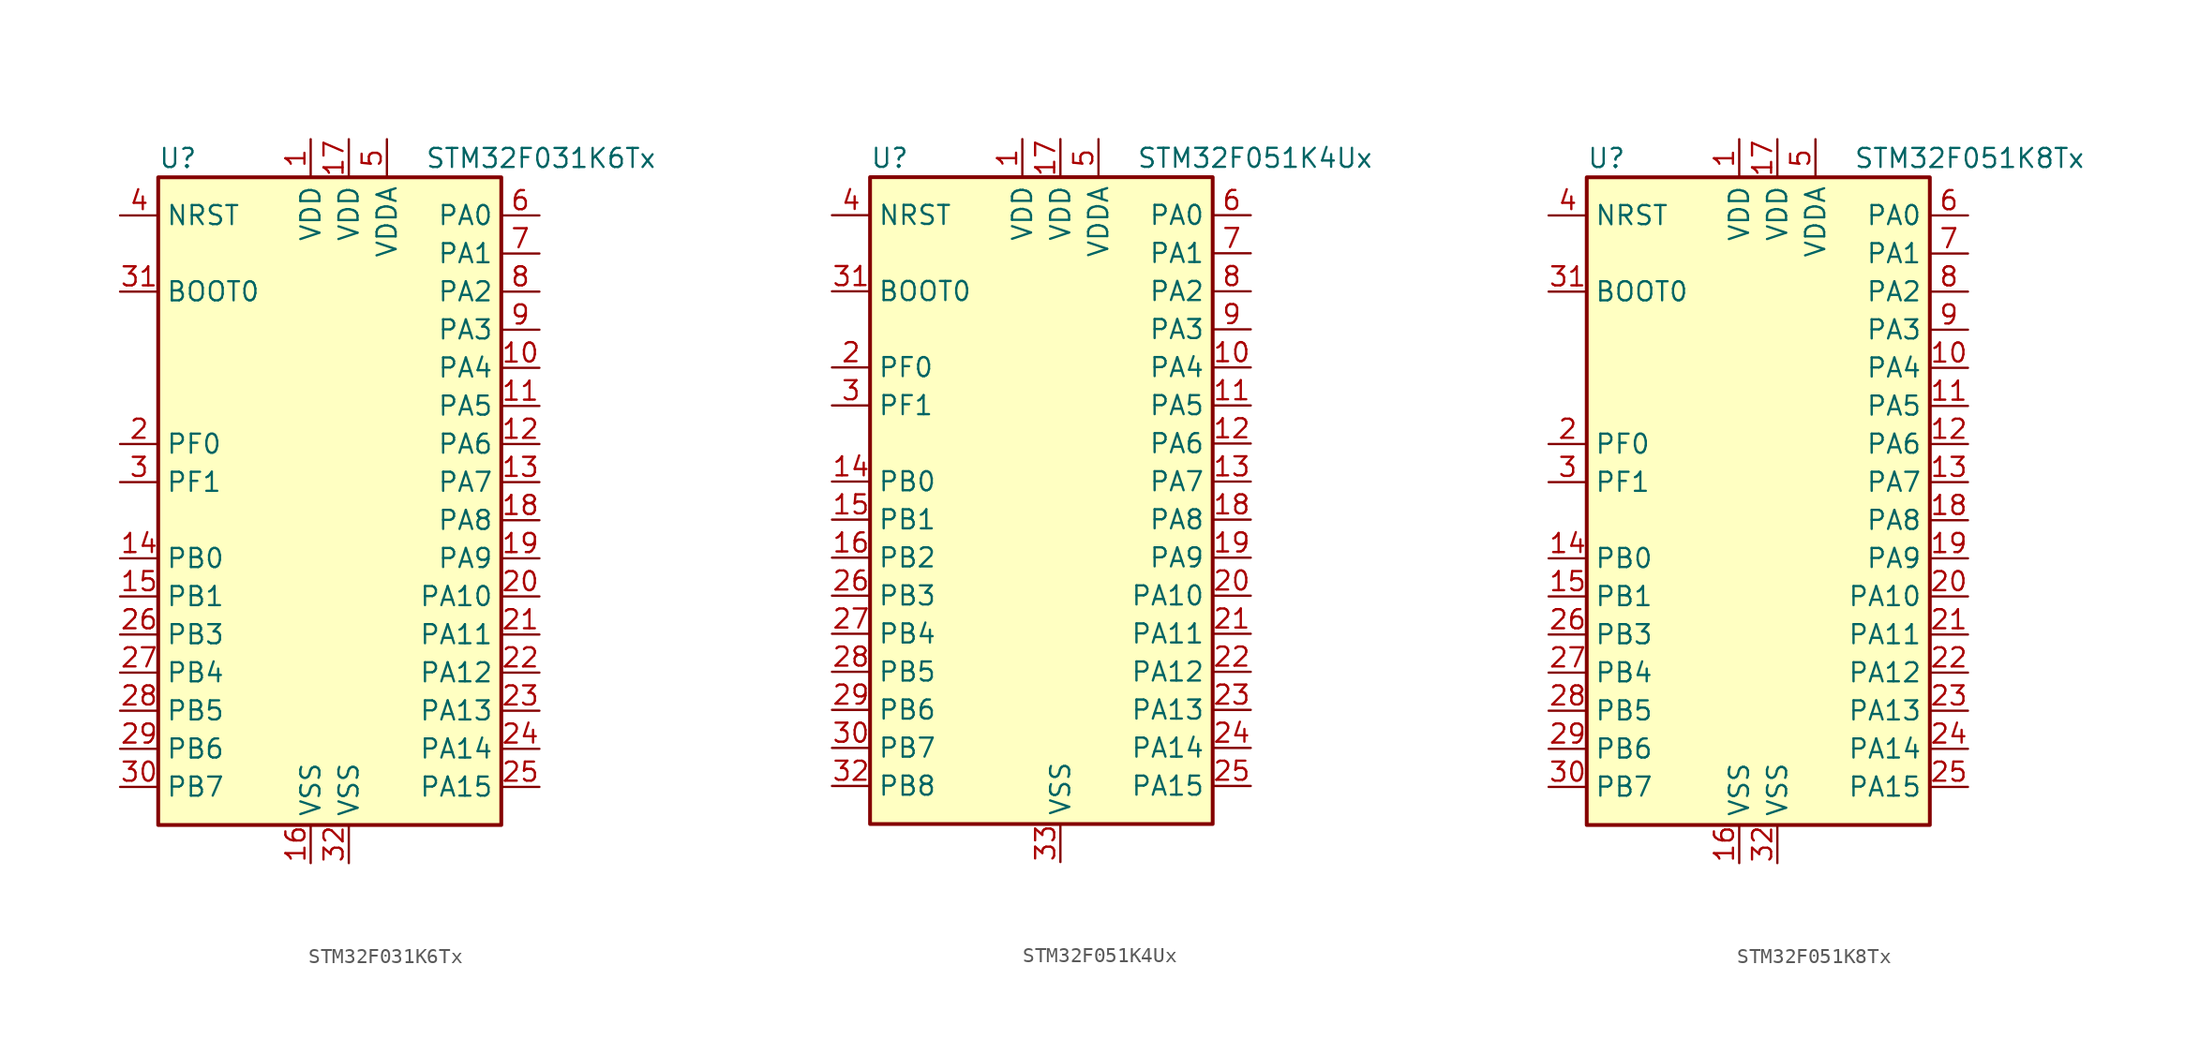
<source format=kicad_sym>
(kicad_symbol_lib
  (version 20211014)
  (generator kicad_symbol_editor)
  (symbol "STM32F031K6Tx"
    (property "Reference" "U"
      (at -12.7 21.59 0)
      (effects (font (size 1.27 1.27)) (justify left)))
    (property "Value" "STM32F031K6Tx"
      (at 5.08 21.59 0)
      (effects (font (size 1.27 1.27)) (justify left)))
    (symbol "STM32F031K6Tx_0_1"
      (rectangle (start -12.7 -22.86) (end 10.16 20.32) (stroke (width 0.254) (type default) (color 0 0 0 0)) (fill (type background))))
    (symbol "STM32F031K6Tx_1_1"
      (pin power_in line (at -2.54 22.86 270) (length 2.54) (name "VDD" (effects (font (size 1.27 1.27)))) (number "1" (effects (font (size 1.27 1.27)))))
      (pin bidirectional line (at 12.7 7.62 180) (length 2.54) (name "PA4" (effects (font (size 1.27 1.27)))) (number "10" (effects (font (size 1.27 1.27)))))
      (pin bidirectional line (at 12.7 5.08 180) (length 2.54) (name "PA5" (effects (font (size 1.27 1.27)))) (number "11" (effects (font (size 1.27 1.27)))))
      (pin bidirectional line (at 12.7 2.54 180) (length 2.54) (name "PA6" (effects (font (size 1.27 1.27)))) (number "12" (effects (font (size 1.27 1.27)))))
      (pin bidirectional line (at 12.7 0 180) (length 2.54) (name "PA7" (effects (font (size 1.27 1.27)))) (number "13" (effects (font (size 1.27 1.27)))))
      (pin bidirectional line (at -15.24 -5.08 0) (length 2.54) (name "PB0" (effects (font (size 1.27 1.27)))) (number "14" (effects (font (size 1.27 1.27)))))
      (pin bidirectional line (at -15.24 -7.62 0) (length 2.54) (name "PB1" (effects (font (size 1.27 1.27)))) (number "15" (effects (font (size 1.27 1.27)))))
      (pin power_in line (at -2.54 -25.4 90) (length 2.54) (name "VSS" (effects (font (size 1.27 1.27)))) (number "16" (effects (font (size 1.27 1.27)))))
      (pin power_in line (at 0 22.86 270) (length 2.54) (name "VDD" (effects (font (size 1.27 1.27)))) (number "17" (effects (font (size 1.27 1.27)))))
      (pin bidirectional line (at 12.7 -2.54 180) (length 2.54) (name "PA8" (effects (font (size 1.27 1.27)))) (number "18" (effects (font (size 1.27 1.27)))))
      (pin bidirectional line (at 12.7 -5.08 180) (length 2.54) (name "PA9" (effects (font (size 1.27 1.27)))) (number "19" (effects (font (size 1.27 1.27)))))
      (pin input line (at -15.24 2.54 0) (length 2.54) (name "PF0" (effects (font (size 1.27 1.27)))) (number "2" (effects (font (size 1.27 1.27)))))
      (pin bidirectional line (at 12.7 -7.62 180) (length 2.54) (name "PA10" (effects (font (size 1.27 1.27)))) (number "20" (effects (font (size 1.27 1.27)))))
      (pin bidirectional line (at 12.7 -10.16 180) (length 2.54) (name "PA11" (effects (font (size 1.27 1.27)))) (number "21" (effects (font (size 1.27 1.27)))))
      (pin bidirectional line (at 12.7 -12.7 180) (length 2.54) (name "PA12" (effects (font (size 1.27 1.27)))) (number "22" (effects (font (size 1.27 1.27)))))
      (pin bidirectional line (at 12.7 -15.24 180) (length 2.54) (name "PA13" (effects (font (size 1.27 1.27)))) (number "23" (effects (font (size 1.27 1.27)))))
      (pin bidirectional line (at 12.7 -17.78 180) (length 2.54) (name "PA14" (effects (font (size 1.27 1.27)))) (number "24" (effects (font (size 1.27 1.27)))))
      (pin bidirectional line (at 12.7 -20.32 180) (length 2.54) (name "PA15" (effects (font (size 1.27 1.27)))) (number "25" (effects (font (size 1.27 1.27)))))
      (pin bidirectional line (at -15.24 -10.16 0) (length 2.54) (name "PB3" (effects (font (size 1.27 1.27)))) (number "26" (effects (font (size 1.27 1.27)))))
      (pin bidirectional line (at -15.24 -12.7 0) (length 2.54) (name "PB4" (effects (font (size 1.27 1.27)))) (number "27" (effects (font (size 1.27 1.27)))))
      (pin bidirectional line (at -15.24 -15.24 0) (length 2.54) (name "PB5" (effects (font (size 1.27 1.27)))) (number "28" (effects (font (size 1.27 1.27)))))
      (pin bidirectional line (at -15.24 -17.78 0) (length 2.54) (name "PB6" (effects (font (size 1.27 1.27)))) (number "29" (effects (font (size 1.27 1.27)))))
      (pin input line (at -15.24 0 0) (length 2.54) (name "PF1" (effects (font (size 1.27 1.27)))) (number "3" (effects (font (size 1.27 1.27)))))
      (pin bidirectional line (at -15.24 -20.32 0) (length 2.54) (name "PB7" (effects (font (size 1.27 1.27)))) (number "30" (effects (font (size 1.27 1.27)))))
      (pin input line (at -15.24 12.7 0) (length 2.54) (name "BOOT0" (effects (font (size 1.27 1.27)))) (number "31" (effects (font (size 1.27 1.27)))))
      (pin power_in line (at 0 -25.4 90) (length 2.54) (name "VSS" (effects (font (size 1.27 1.27)))) (number "32" (effects (font (size 1.27 1.27)))))
      (pin input line (at -15.24 17.78 0) (length 2.54) (name "NRST" (effects (font (size 1.27 1.27)))) (number "4" (effects (font (size 1.27 1.27)))))
      (pin power_in line (at 2.54 22.86 270) (length 2.54) (name "VDDA" (effects (font (size 1.27 1.27)))) (number "5" (effects (font (size 1.27 1.27)))))
      (pin bidirectional line (at 12.7 17.78 180) (length 2.54) (name "PA0" (effects (font (size 1.27 1.27)))) (number "6" (effects (font (size 1.27 1.27)))))
      (pin bidirectional line (at 12.7 15.24 180) (length 2.54) (name "PA1" (effects (font (size 1.27 1.27)))) (number "7" (effects (font (size 1.27 1.27)))))
      (pin bidirectional line (at 12.7 12.7 180) (length 2.54) (name "PA2" (effects (font (size 1.27 1.27)))) (number "8" (effects (font (size 1.27 1.27)))))
      (pin bidirectional line (at 12.7 10.16 180) (length 2.54) (name "PA3" (effects (font (size 1.27 1.27)))) (number "9" (effects (font (size 1.27 1.27)))))))
  (symbol "STM32F051K4Ux"
    (property "Reference" "U"
      (at -12.7 21.59 0)
      (effects (font (size 1.27 1.27)) (justify left)))
    (property "Value" "STM32F051K4Ux"
      (at 5.08 21.59 0)
      (effects (font (size 1.27 1.27)) (justify left)))
    (symbol "STM32F051K4Ux_0_1"
      (rectangle (start -12.7 -22.86) (end 10.16 20.32) (stroke (width 0.254) (type default) (color 0 0 0 0)) (fill (type background))))
    (symbol "STM32F051K4Ux_1_1"
      (pin power_in line (at -2.54 22.86 270) (length 2.54) (name "VDD" (effects (font (size 1.27 1.27)))) (number "1" (effects (font (size 1.27 1.27)))))
      (pin bidirectional line (at 12.7 7.62 180) (length 2.54) (name "PA4" (effects (font (size 1.27 1.27)))) (number "10" (effects (font (size 1.27 1.27)))))
      (pin bidirectional line (at 12.7 5.08 180) (length 2.54) (name "PA5" (effects (font (size 1.27 1.27)))) (number "11" (effects (font (size 1.27 1.27)))))
      (pin bidirectional line (at 12.7 2.54 180) (length 2.54) (name "PA6" (effects (font (size 1.27 1.27)))) (number "12" (effects (font (size 1.27 1.27)))))
      (pin bidirectional line (at 12.7 0 180) (length 2.54) (name "PA7" (effects (font (size 1.27 1.27)))) (number "13" (effects (font (size 1.27 1.27)))))
      (pin bidirectional line (at -15.24 0 0) (length 2.54) (name "PB0" (effects (font (size 1.27 1.27)))) (number "14" (effects (font (size 1.27 1.27)))))
      (pin bidirectional line (at -15.24 -2.54 0) (length 2.54) (name "PB1" (effects (font (size 1.27 1.27)))) (number "15" (effects (font (size 1.27 1.27)))))
      (pin bidirectional line (at -15.24 -5.08 0) (length 2.54) (name "PB2" (effects (font (size 1.27 1.27)))) (number "16" (effects (font (size 1.27 1.27)))))
      (pin power_in line (at 0 22.86 270) (length 2.54) (name "VDD" (effects (font (size 1.27 1.27)))) (number "17" (effects (font (size 1.27 1.27)))))
      (pin bidirectional line (at 12.7 -2.54 180) (length 2.54) (name "PA8" (effects (font (size 1.27 1.27)))) (number "18" (effects (font (size 1.27 1.27)))))
      (pin bidirectional line (at 12.7 -5.08 180) (length 2.54) (name "PA9" (effects (font (size 1.27 1.27)))) (number "19" (effects (font (size 1.27 1.27)))))
      (pin input line (at -15.24 7.62 0) (length 2.54) (name "PF0" (effects (font (size 1.27 1.27)))) (number "2" (effects (font (size 1.27 1.27)))))
      (pin bidirectional line (at 12.7 -7.62 180) (length 2.54) (name "PA10" (effects (font (size 1.27 1.27)))) (number "20" (effects (font (size 1.27 1.27)))))
      (pin bidirectional line (at 12.7 -10.16 180) (length 2.54) (name "PA11" (effects (font (size 1.27 1.27)))) (number "21" (effects (font (size 1.27 1.27)))))
      (pin bidirectional line (at 12.7 -12.7 180) (length 2.54) (name "PA12" (effects (font (size 1.27 1.27)))) (number "22" (effects (font (size 1.27 1.27)))))
      (pin bidirectional line (at 12.7 -15.24 180) (length 2.54) (name "PA13" (effects (font (size 1.27 1.27)))) (number "23" (effects (font (size 1.27 1.27)))))
      (pin bidirectional line (at 12.7 -17.78 180) (length 2.54) (name "PA14" (effects (font (size 1.27 1.27)))) (number "24" (effects (font (size 1.27 1.27)))))
      (pin bidirectional line (at 12.7 -20.32 180) (length 2.54) (name "PA15" (effects (font (size 1.27 1.27)))) (number "25" (effects (font (size 1.27 1.27)))))
      (pin bidirectional line (at -15.24 -7.62 0) (length 2.54) (name "PB3" (effects (font (size 1.27 1.27)))) (number "26" (effects (font (size 1.27 1.27)))))
      (pin bidirectional line (at -15.24 -10.16 0) (length 2.54) (name "PB4" (effects (font (size 1.27 1.27)))) (number "27" (effects (font (size 1.27 1.27)))))
      (pin bidirectional line (at -15.24 -12.7 0) (length 2.54) (name "PB5" (effects (font (size 1.27 1.27)))) (number "28" (effects (font (size 1.27 1.27)))))
      (pin bidirectional line (at -15.24 -15.24 0) (length 2.54) (name "PB6" (effects (font (size 1.27 1.27)))) (number "29" (effects (font (size 1.27 1.27)))))
      (pin input line (at -15.24 5.08 0) (length 2.54) (name "PF1" (effects (font (size 1.27 1.27)))) (number "3" (effects (font (size 1.27 1.27)))))
      (pin bidirectional line (at -15.24 -17.78 0) (length 2.54) (name "PB7" (effects (font (size 1.27 1.27)))) (number "30" (effects (font (size 1.27 1.27)))))
      (pin input line (at -15.24 12.7 0) (length 2.54) (name "BOOT0" (effects (font (size 1.27 1.27)))) (number "31" (effects (font (size 1.27 1.27)))))
      (pin bidirectional line (at -15.24 -20.32 0) (length 2.54) (name "PB8" (effects (font (size 1.27 1.27)))) (number "32" (effects (font (size 1.27 1.27)))))
      (pin power_in line (at 0 -25.4 90) (length 2.54) (name "VSS" (effects (font (size 1.27 1.27)))) (number "33" (effects (font (size 1.27 1.27)))))
      (pin input line (at -15.24 17.78 0) (length 2.54) (name "NRST" (effects (font (size 1.27 1.27)))) (number "4" (effects (font (size 1.27 1.27)))))
      (pin power_in line (at 2.54 22.86 270) (length 2.54) (name "VDDA" (effects (font (size 1.27 1.27)))) (number "5" (effects (font (size 1.27 1.27)))))
      (pin bidirectional line (at 12.7 17.78 180) (length 2.54) (name "PA0" (effects (font (size 1.27 1.27)))) (number "6" (effects (font (size 1.27 1.27)))))
      (pin bidirectional line (at 12.7 15.24 180) (length 2.54) (name "PA1" (effects (font (size 1.27 1.27)))) (number "7" (effects (font (size 1.27 1.27)))))
      (pin bidirectional line (at 12.7 12.7 180) (length 2.54) (name "PA2" (effects (font (size 1.27 1.27)))) (number "8" (effects (font (size 1.27 1.27)))))
      (pin bidirectional line (at 12.7 10.16 180) (length 2.54) (name "PA3" (effects (font (size 1.27 1.27)))) (number "9" (effects (font (size 1.27 1.27)))))))
  (symbol "STM32F051K8Tx"
    (property "Reference" "U"
      (at -12.7 21.59 0)
      (effects (font (size 1.27 1.27)) (justify left)))
    (property "Value" "STM32F051K8Tx"
      (at 5.08 21.59 0)
      (effects (font (size 1.27 1.27)) (justify left)))
    (symbol "STM32F051K8Tx_0_1"
      (rectangle (start -12.7 -22.86) (end 10.16 20.32) (stroke (width 0.254) (type default) (color 0 0 0 0)) (fill (type background))))
    (symbol "STM32F051K8Tx_1_1"
      (pin power_in line (at -2.54 22.86 270) (length 2.54) (name "VDD" (effects (font (size 1.27 1.27)))) (number "1" (effects (font (size 1.27 1.27)))))
      (pin bidirectional line (at 12.7 7.62 180) (length 2.54) (name "PA4" (effects (font (size 1.27 1.27)))) (number "10" (effects (font (size 1.27 1.27)))))
      (pin bidirectional line (at 12.7 5.08 180) (length 2.54) (name "PA5" (effects (font (size 1.27 1.27)))) (number "11" (effects (font (size 1.27 1.27)))))
      (pin bidirectional line (at 12.7 2.54 180) (length 2.54) (name "PA6" (effects (font (size 1.27 1.27)))) (number "12" (effects (font (size 1.27 1.27)))))
      (pin bidirectional line (at 12.7 0 180) (length 2.54) (name "PA7" (effects (font (size 1.27 1.27)))) (number "13" (effects (font (size 1.27 1.27)))))
      (pin bidirectional line (at -15.24 -5.08 0) (length 2.54) (name "PB0" (effects (font (size 1.27 1.27)))) (number "14" (effects (font (size 1.27 1.27)))))
      (pin bidirectional line (at -15.24 -7.62 0) (length 2.54) (name "PB1" (effects (font (size 1.27 1.27)))) (number "15" (effects (font (size 1.27 1.27)))))
      (pin power_in line (at -2.54 -25.4 90) (length 2.54) (name "VSS" (effects (font (size 1.27 1.27)))) (number "16" (effects (font (size 1.27 1.27)))))
      (pin power_in line (at 0 22.86 270) (length 2.54) (name "VDD" (effects (font (size 1.27 1.27)))) (number "17" (effects (font (size 1.27 1.27)))))
      (pin bidirectional line (at 12.7 -2.54 180) (length 2.54) (name "PA8" (effects (font (size 1.27 1.27)))) (number "18" (effects (font (size 1.27 1.27)))))
      (pin bidirectional line (at 12.7 -5.08 180) (length 2.54) (name "PA9" (effects (font (size 1.27 1.27)))) (number "19" (effects (font (size 1.27 1.27)))))
      (pin input line (at -15.24 2.54 0) (length 2.54) (name "PF0" (effects (font (size 1.27 1.27)))) (number "2" (effects (font (size 1.27 1.27)))))
      (pin bidirectional line (at 12.7 -7.62 180) (length 2.54) (name "PA10" (effects (font (size 1.27 1.27)))) (number "20" (effects (font (size 1.27 1.27)))))
      (pin bidirectional line (at 12.7 -10.16 180) (length 2.54) (name "PA11" (effects (font (size 1.27 1.27)))) (number "21" (effects (font (size 1.27 1.27)))))
      (pin bidirectional line (at 12.7 -12.7 180) (length 2.54) (name "PA12" (effects (font (size 1.27 1.27)))) (number "22" (effects (font (size 1.27 1.27)))))
      (pin bidirectional line (at 12.7 -15.24 180) (length 2.54) (name "PA13" (effects (font (size 1.27 1.27)))) (number "23" (effects (font (size 1.27 1.27)))))
      (pin bidirectional line (at 12.7 -17.78 180) (length 2.54) (name "PA14" (effects (font (size 1.27 1.27)))) (number "24" (effects (font (size 1.27 1.27)))))
      (pin bidirectional line (at 12.7 -20.32 180) (length 2.54) (name "PA15" (effects (font (size 1.27 1.27)))) (number "25" (effects (font (size 1.27 1.27)))))
      (pin bidirectional line (at -15.24 -10.16 0) (length 2.54) (name "PB3" (effects (font (size 1.27 1.27)))) (number "26" (effects (font (size 1.27 1.27)))))
      (pin bidirectional line (at -15.24 -12.7 0) (length 2.54) (name "PB4" (effects (font (size 1.27 1.27)))) (number "27" (effects (font (size 1.27 1.27)))))
      (pin bidirectional line (at -15.24 -15.24 0) (length 2.54) (name "PB5" (effects (font (size 1.27 1.27)))) (number "28" (effects (font (size 1.27 1.27)))))
      (pin bidirectional line (at -15.24 -17.78 0) (length 2.54) (name "PB6" (effects (font (size 1.27 1.27)))) (number "29" (effects (font (size 1.27 1.27)))))
      (pin input line (at -15.24 0 0) (length 2.54) (name "PF1" (effects (font (size 1.27 1.27)))) (number "3" (effects (font (size 1.27 1.27)))))
      (pin bidirectional line (at -15.24 -20.32 0) (length 2.54) (name "PB7" (effects (font (size 1.27 1.27)))) (number "30" (effects (font (size 1.27 1.27)))))
      (pin input line (at -15.24 12.7 0) (length 2.54) (name "BOOT0" (effects (font (size 1.27 1.27)))) (number "31" (effects (font (size 1.27 1.27)))))
      (pin power_in line (at 0 -25.4 90) (length 2.54) (name "VSS" (effects (font (size 1.27 1.27)))) (number "32" (effects (font (size 1.27 1.27)))))
      (pin input line (at -15.24 17.78 0) (length 2.54) (name "NRST" (effects (font (size 1.27 1.27)))) (number "4" (effects (font (size 1.27 1.27)))))
      (pin power_in line (at 2.54 22.86 270) (length 2.54) (name "VDDA" (effects (font (size 1.27 1.27)))) (number "5" (effects (font (size 1.27 1.27)))))
      (pin bidirectional line (at 12.7 17.78 180) (length 2.54) (name "PA0" (effects (font (size 1.27 1.27)))) (number "6" (effects (font (size 1.27 1.27)))))
      (pin bidirectional line (at 12.7 15.24 180) (length 2.54) (name "PA1" (effects (font (size 1.27 1.27)))) (number "7" (effects (font (size 1.27 1.27)))))
      (pin bidirectional line (at 12.7 12.7 180) (length 2.54) (name "PA2" (effects (font (size 1.27 1.27)))) (number "8" (effects (font (size 1.27 1.27)))))
      (pin bidirectional line (at 12.7 10.16 180) (length 2.54) (name "PA3" (effects (font (size 1.27 1.27)))) (number "9" (effects (font (size 1.27 1.27))))))))
</source>
